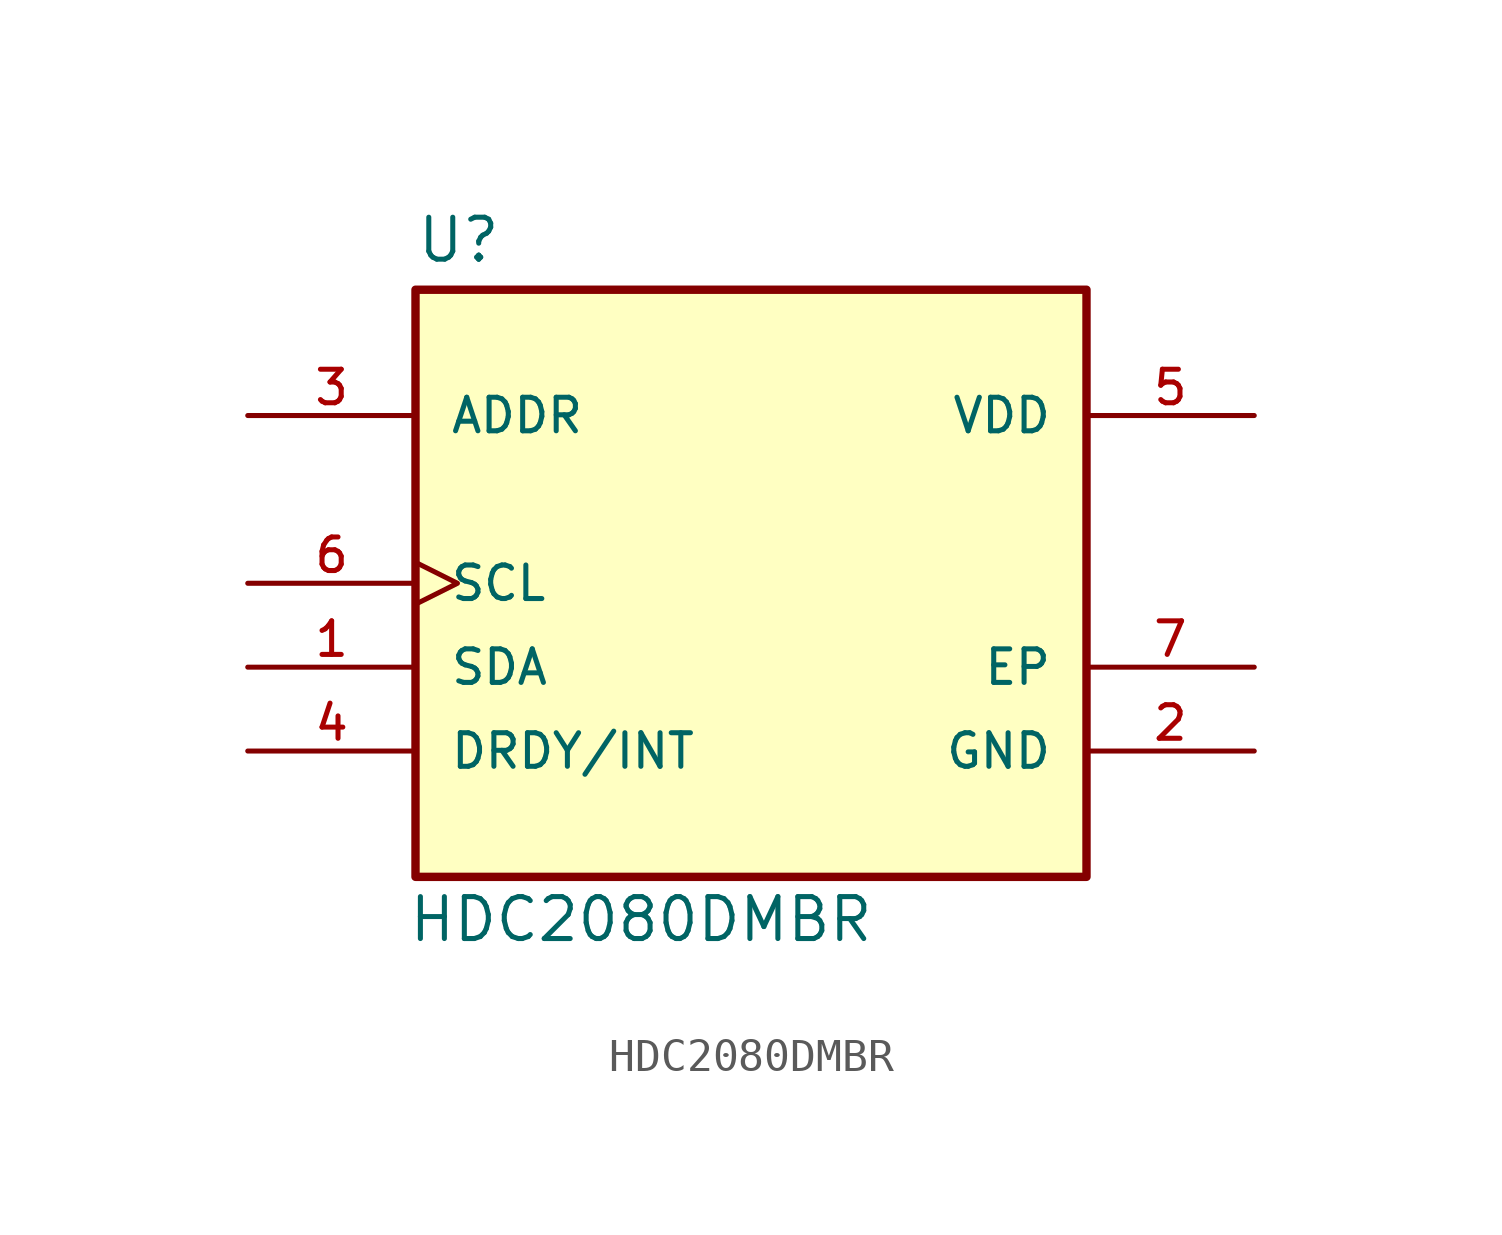
<source format=kicad_sym>
(kicad_symbol_lib
  (version 20241209)
  (generator "kicad_symbol_editor")
  (generator_version "9.0")
  (symbol "HDC2080DMBR"
    (pin_names
      (offset 1.016))
    (property "Reference" "U"
      (at -12.7 9.652 0)
      (effects (font (size 1.27 1.27)) (justify left bottom)))
    (property "Value" "HDC2080DMBR"
      (at -12.954 -10.922 0)
      (effects (font (size 1.27 1.27)) (justify left bottom)))
    (symbol "HDC2080DMBR_0_0"
      (rectangle (start -12.7 8.89) (end 7.62 -8.89) (stroke (width 0.254) (type default)) (fill (type background)))
      (pin input line (at -17.78 5.08 0) (length 5.08) (name "ADDR" (effects (font (size 1.016 1.016)))) (number "3" (effects (font (size 1.016 1.016)))))
      (pin input clock (at -17.78 0 0) (length 5.08) (name "SCL" (effects (font (size 1.016 1.016)))) (number "6" (effects (font (size 1.016 1.016)))))
      (pin bidirectional line (at -17.78 -2.54 0) (length 5.08) (name "SDA" (effects (font (size 1.016 1.016)))) (number "1" (effects (font (size 1.016 1.016)))))
      (pin output line (at -17.78 -5.08 0) (length 5.08) (name "DRDY/INT" (effects (font (size 1.016 1.016)))) (number "4" (effects (font (size 1.016 1.016)))))
      (pin passive line (at 12.7 -2.54 180) (length 5.08) (name "EP" (effects (font (size 1.016 1.016)))) (number "7" (effects (font (size 1.016 1.016))))))
    (symbol "HDC2080DMBR_1_0"
      (pin passive line (at 12.7 5.08 180) (length 5.08) (name "VDD" (effects (font (size 1.016 1.016)))) (number "5" (effects (font (size 1.016 1.016)))))
      (pin passive line (at 12.7 -5.08 180) (length 5.08) (name "GND" (effects (font (size 1.016 1.016)))) (number "2" (effects (font (size 1.016 1.016))))))))
</source>
